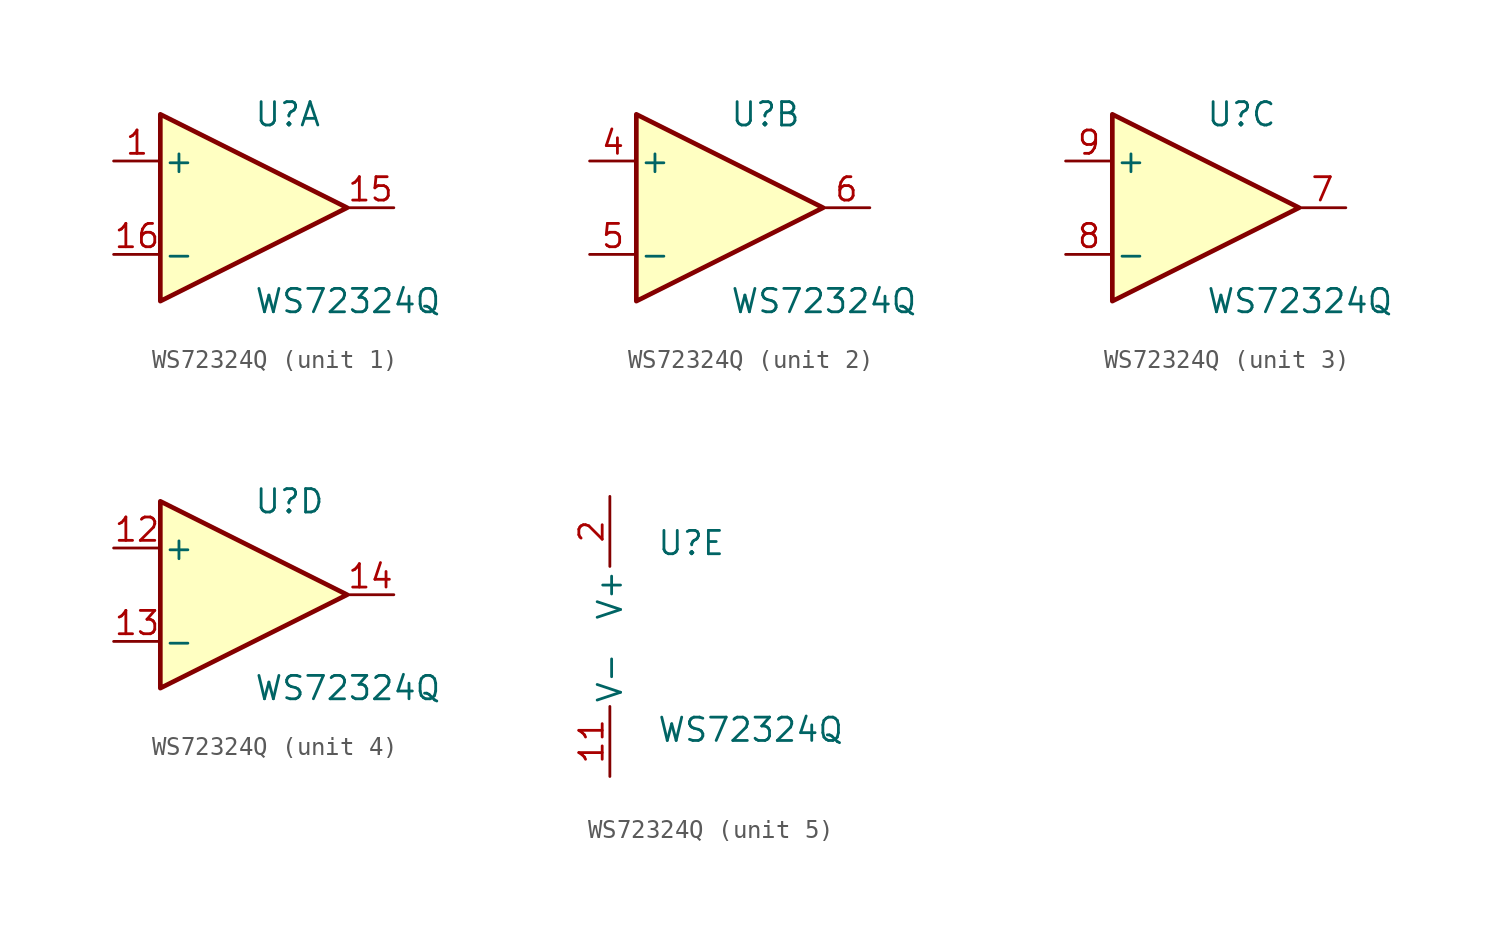
<source format=kicad_sym>
(kicad_symbol_lib
  (version 20231120)
  (generator "kicad_symbol_editor")
  (generator_version "8.0")
  (symbol "WS72324Q"
    (pin_names
      (offset 0.127))
    (property "Reference" "U"
      (at 0 5.08 0)
      (effects (font (size 1.27 1.27)) (justify left)))
    (property "Value" "WS72324Q"
      (at 0 -5.08 0)
      (effects (font (size 1.27 1.27)) (justify left)))
    (property "ki_locked" ""
      (at 0 0 0)
      (effects (font (size 1.27 1.27))))
    (symbol "WS72324Q_1_1"
      (polyline (pts (xy -5.08 5.08) (xy 5.08 0) (xy -5.08 -5.08) (xy -5.08 5.08)) (stroke (width 0.254) (type default)) (fill (type background)))
      (pin input line (at -7.62 2.54 0) (length 2.54) (name "+" (effects (font (size 1.27 1.27)))) (number "1" (effects (font (size 1.27 1.27)))))
      (pin output line (at 7.62 0 180) (length 2.54) (name "~" (effects (font (size 1.27 1.27)))) (number "15" (effects (font (size 1.27 1.27)))))
      (pin input line (at -7.62 -2.54 0) (length 2.54) (name "-" (effects (font (size 1.27 1.27)))) (number "16" (effects (font (size 1.27 1.27))))))
    (symbol "WS72324Q_2_1"
      (polyline (pts (xy -5.08 5.08) (xy 5.08 0) (xy -5.08 -5.08) (xy -5.08 5.08)) (stroke (width 0.254) (type default)) (fill (type background)))
      (pin input line (at -7.62 2.54 0) (length 2.54) (name "+" (effects (font (size 1.27 1.27)))) (number "4" (effects (font (size 1.27 1.27)))))
      (pin input line (at -7.62 -2.54 0) (length 2.54) (name "-" (effects (font (size 1.27 1.27)))) (number "5" (effects (font (size 1.27 1.27)))))
      (pin output line (at 7.62 0 180) (length 2.54) (name "~" (effects (font (size 1.27 1.27)))) (number "6" (effects (font (size 1.27 1.27))))))
    (symbol "WS72324Q_3_1"
      (polyline (pts (xy -5.08 5.08) (xy 5.08 0) (xy -5.08 -5.08) (xy -5.08 5.08)) (stroke (width 0.254) (type default)) (fill (type background)))
      (pin output line (at 7.62 0 180) (length 2.54) (name "~" (effects (font (size 1.27 1.27)))) (number "7" (effects (font (size 1.27 1.27)))))
      (pin input line (at -7.62 -2.54 0) (length 2.54) (name "-" (effects (font (size 1.27 1.27)))) (number "8" (effects (font (size 1.27 1.27)))))
      (pin input line (at -7.62 2.54 0) (length 2.54) (name "+" (effects (font (size 1.27 1.27)))) (number "9" (effects (font (size 1.27 1.27))))))
    (symbol "WS72324Q_4_1"
      (polyline (pts (xy -5.08 5.08) (xy 5.08 0) (xy -5.08 -5.08) (xy -5.08 5.08)) (stroke (width 0.254) (type default)) (fill (type background)))
      (pin input line (at -7.62 2.54 0) (length 2.54) (name "+" (effects (font (size 1.27 1.27)))) (number "12" (effects (font (size 1.27 1.27)))))
      (pin input line (at -7.62 -2.54 0) (length 2.54) (name "-" (effects (font (size 1.27 1.27)))) (number "13" (effects (font (size 1.27 1.27)))))
      (pin output line (at 7.62 0 180) (length 2.54) (name "~" (effects (font (size 1.27 1.27)))) (number "14" (effects (font (size 1.27 1.27))))))
    (symbol "WS72324Q_5_1"
      (pin power_in line (at -2.54 -7.62 90) (length 3.81) (name "V-" (effects (font (size 1.27 1.27)))) (number "11" (effects (font (size 1.27 1.27)))))
      (pin power_in line (at -2.54 7.62 270) (length 3.81) (name "V+" (effects (font (size 1.27 1.27)))) (number "2" (effects (font (size 1.27 1.27))))))))
</source>
